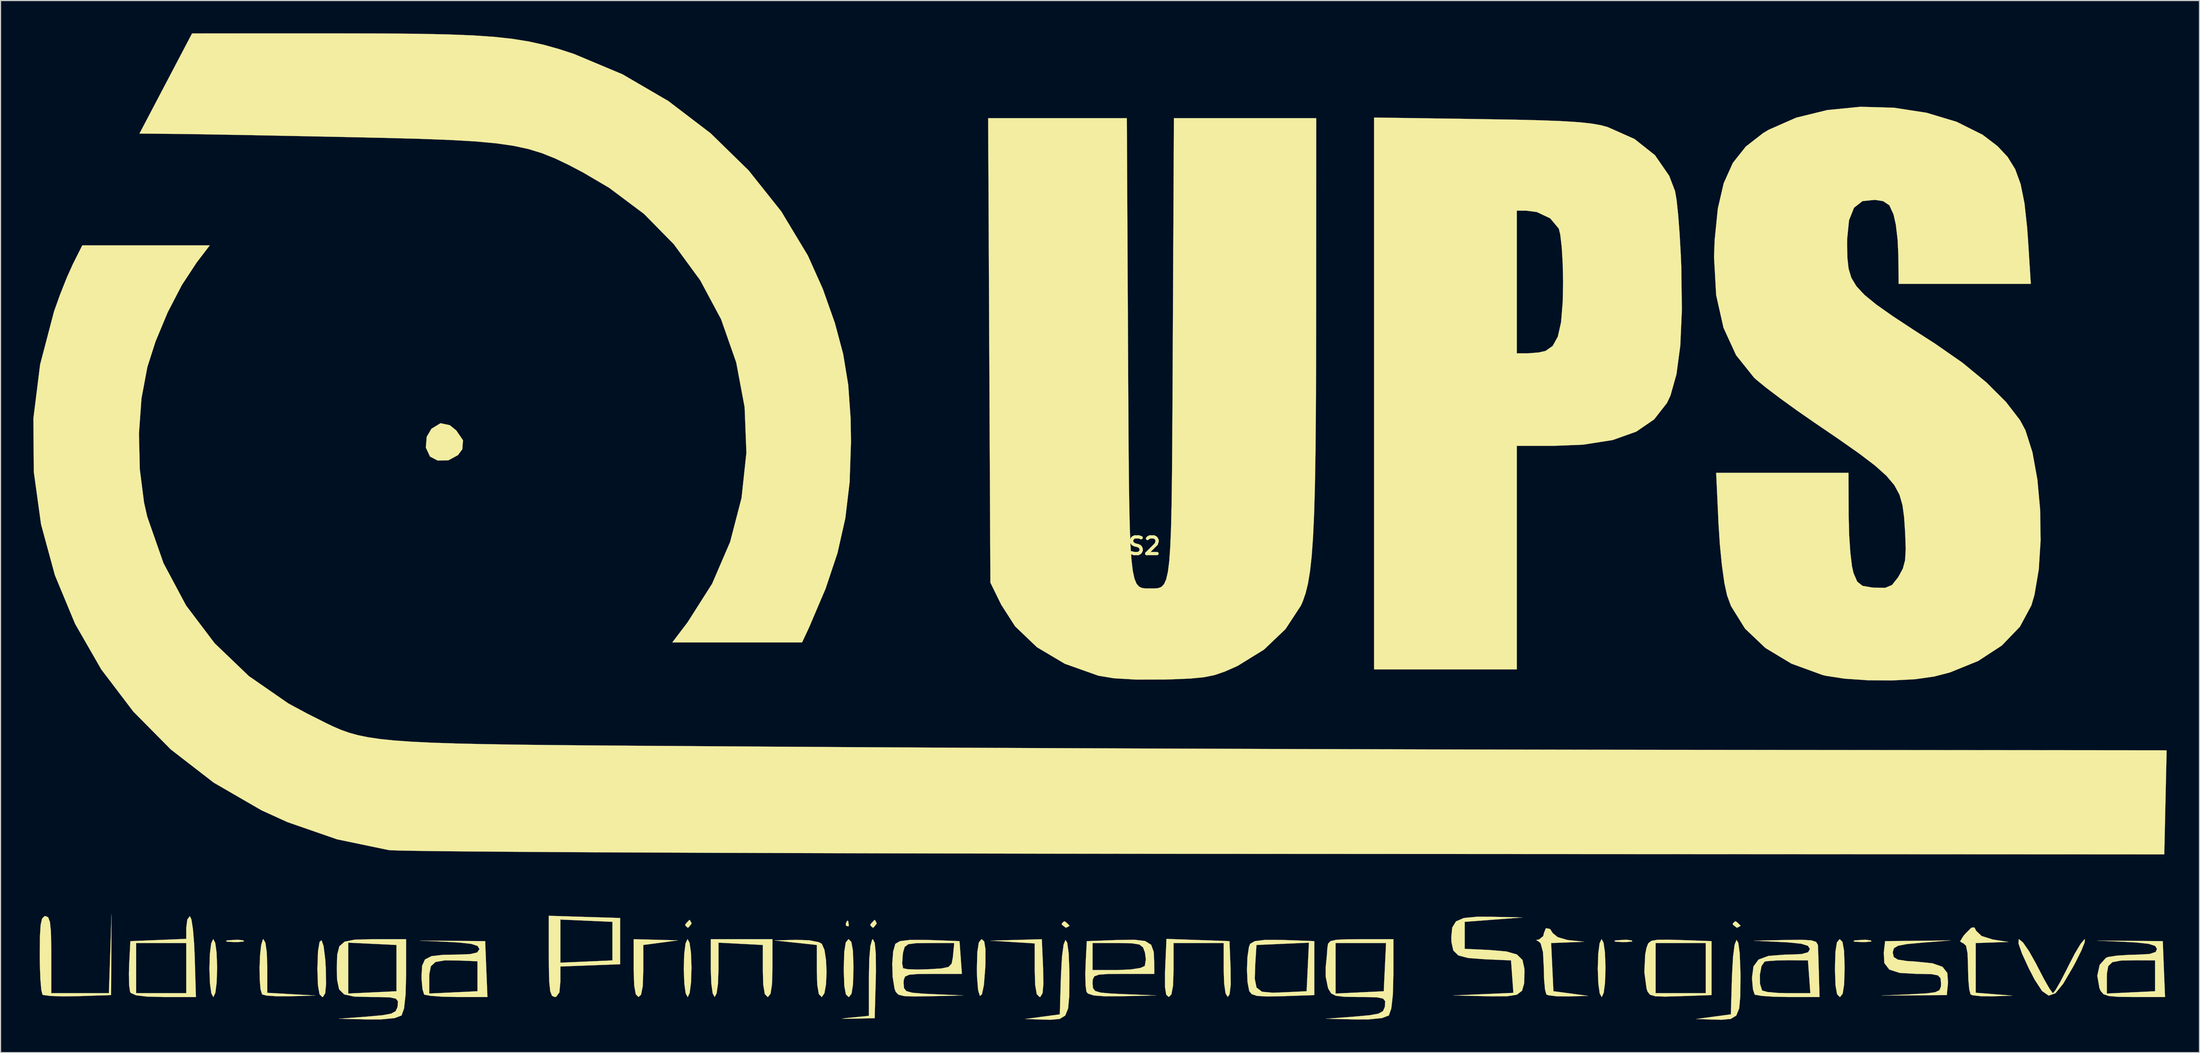
<source format=kicad_pcb>
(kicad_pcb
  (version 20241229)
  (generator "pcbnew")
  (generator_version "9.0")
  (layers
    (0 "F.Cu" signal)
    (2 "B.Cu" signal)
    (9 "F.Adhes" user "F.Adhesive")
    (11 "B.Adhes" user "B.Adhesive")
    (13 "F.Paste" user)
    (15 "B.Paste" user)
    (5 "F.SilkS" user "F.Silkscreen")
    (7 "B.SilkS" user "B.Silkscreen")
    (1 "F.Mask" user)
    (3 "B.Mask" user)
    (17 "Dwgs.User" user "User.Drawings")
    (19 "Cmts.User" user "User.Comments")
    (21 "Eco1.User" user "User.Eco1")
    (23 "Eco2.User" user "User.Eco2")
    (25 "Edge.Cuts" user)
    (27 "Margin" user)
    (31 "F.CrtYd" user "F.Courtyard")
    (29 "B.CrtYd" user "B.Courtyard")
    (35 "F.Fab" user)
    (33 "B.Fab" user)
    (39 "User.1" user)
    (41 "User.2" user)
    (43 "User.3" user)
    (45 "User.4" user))
  (footprint "UPS2"
    (layer "F.Cu")
    (at 100.068 46.923)
    (property "Reference" "UPS2" (at 0 0 0) (layer "F.SilkS") (effects (font (size 1.524 1.524) (thickness 0.3))))
    (attr through_hole)
    (fp_poly (pts (xy -25.518 34.337) (xy -25.475 34.756) (xy -25.518 34.807) (xy -25.727 34.759) (xy -25.753 34.572) (xy -25.624 34.282) (xy -25.518 34.337)) (stroke (width 0.01) (type solid)) (fill yes) (layer "F.SilkS"))
    (fp_poly (pts (xy -80.87 36.094) (xy -80.788 36.189) (xy -81.294 36.243) (xy -81.668 36.247) (xy -82.351 36.212) (xy -82.455 36.133) (xy -82.281 36.087) (xy -81.362 36.03) (xy -80.87 36.094)) (stroke (width 0.01) (type solid)) (fill yes) (layer "F.SilkS"))
    (fp_poly (pts (xy -39.868 34.492) (xy -39.864 34.572) (xy -40.135 34.911) (xy -40.237 34.925) (xy -40.448 34.709) (xy -40.393 34.572) (xy -40.076 34.236) (xy -40.019 34.219) (xy -39.868 34.492)) (stroke (width 0.01) (type solid)) (fill yes) (layer "F.SilkS"))
    (fp_poly (pts (xy -22.935 34.492) (xy -22.931 34.572) (xy -23.202 34.911) (xy -23.304 34.925) (xy -23.515 34.709) (xy -23.46 34.572) (xy -23.143 34.236) (xy -23.086 34.219) (xy -22.935 34.492)) (stroke (width 0.01) (type solid)) (fill yes) (layer "F.SilkS"))
    (fp_poly (pts (xy -5.644 34.396) (xy -5.308 34.713) (xy -5.292 34.769) (xy -5.565 34.921) (xy -5.644 34.925) (xy -5.984 34.654) (xy -5.997 34.551) (xy -5.781 34.341) (xy -5.644 34.396)) (stroke (width 0.01) (type solid)) (fill yes) (layer "F.SilkS"))
    (fp_poly (pts (xy 46.13 36.094) (xy 46.212 36.189) (xy 45.706 36.243) (xy 45.332 36.247) (xy 44.649 36.212) (xy 44.545 36.133) (xy 44.719 36.087) (xy 45.638 36.03) (xy 46.13 36.094)) (stroke (width 0.01) (type solid)) (fill yes) (layer "F.SilkS"))
    (fp_poly (pts (xy 55.739 34.396) (xy 56.075 34.713) (xy 56.092 34.769) (xy 55.819 34.921) (xy 55.739 34.925) (xy 55.4 34.654) (xy 55.386 34.551) (xy 55.602 34.341) (xy 55.739 34.396)) (stroke (width 0.01) (type solid)) (fill yes) (layer "F.SilkS"))
    (fp_poly (pts (xy 68.002 36.094) (xy 68.084 36.189) (xy 67.578 36.243) (xy 67.204 36.247) (xy 66.521 36.212) (xy 66.417 36.133) (xy 66.591 36.087) (xy 67.51 36.03) (xy 68.002 36.094)) (stroke (width 0.01) (type solid)) (fill yes) (layer "F.SilkS"))
    (fp_poly (pts (xy -41.099 36.089) (xy -44.274 36.513) (xy -44.274 38.894) (xy -44.324 40.302) (xy -44.481 41.073) (xy -44.715 41.276) (xy -44.962 41.023) (xy -45.105 40.219) (xy -45.155 38.792) (xy -45.156 38.629) (xy -45.156 35.983) (xy -41.099 36.089)) (stroke (width 0.01) (type solid)) (fill yes) (layer "F.SilkS"))
    (fp_poly (pts (xy -61.978 -11.062) (xy -61.383 -10.583) (xy -60.764 -9.682) (xy -60.829 -8.851) (xy -61.232 -8.315) (xy -62.098 -7.846) (xy -63.088 -7.825) (xy -63.782 -8.184) (xy -64.165 -9.006) (xy -64.084 -10) (xy -63.651 -10.735) (xy -62.824 -11.239) (xy -61.978 -11.062)) (stroke (width 0.01) (type solid)) (fill yes) (layer "F.SilkS"))
    (fp_poly (pts (xy -7.701 38.63) (xy -7.673 40.082) (xy -7.752 40.928) (xy -7.951 41.262) (xy -8.026 41.276) (xy -8.283 41.01) (xy -8.426 40.172) (xy -8.467 38.823) (xy -8.467 36.371) (xy -10.495 36.244) (xy -12.524 36.117) (xy -10.17 36.05) (xy -7.817 35.983) (xy -7.701 38.63)) (stroke (width 0.01) (type solid)) (fill yes) (layer "F.SilkS"))
    (fp_poly (pts (xy -73.516 36.614) (xy -73.364 37.846) (xy -73.317 38.63) (xy -73.289 40.082) (xy -73.369 40.928) (xy -73.568 41.262) (xy -73.642 41.276) (xy -73.89 41.023) (xy -74.033 40.219) (xy -74.083 38.792) (xy -74.083 38.629) (xy -74.028 37.084) (xy -73.888 36.233) (xy -73.704 36.076) (xy -73.516 36.614)) (stroke (width 0.01) (type solid)) (fill yes) (layer "F.SilkS"))
    (fp_poly (pts (xy -13.085 36.195) (xy -12.974 36.896) (xy -12.975 38.178) (xy -12.992 38.628) (xy -13.116 40.174) (xy -13.293 41.025) (xy -13.483 41.182) (xy -13.648 40.645) (xy -13.746 39.413) (xy -13.758 38.629) (xy -13.716 37.142) (xy -13.582 36.284) (xy -13.344 35.985) (xy -13.317 35.983) (xy -13.085 36.195)) (stroke (width 0.01) (type solid)) (fill yes) (layer "F.SilkS"))
    (fp_poly (pts (xy -83.431 36.312) (xy -83.307 37.2) (xy -83.256 38.505) (xy -83.256 38.629) (xy -83.299 39.962) (xy -83.418 40.892) (xy -83.592 41.273) (xy -83.608 41.275) (xy -83.786 40.947) (xy -83.91 40.058) (xy -83.961 38.753) (xy -83.961 38.629) (xy -83.917 37.296) (xy -83.799 36.367) (xy -83.625 35.986) (xy -83.608 35.983) (xy -83.431 36.312)) (stroke (width 0.01) (type solid)) (fill yes) (layer "F.SilkS"))
    (fp_poly (pts (xy -40.039 36.312) (xy -39.915 37.2) (xy -39.864 38.505) (xy -39.864 38.629) (xy -39.908 39.962) (xy -40.026 40.892) (xy -40.2 41.273) (xy -40.217 41.275) (xy -40.394 40.947) (xy -40.518 40.058) (xy -40.569 38.753) (xy -40.569 38.629) (xy -40.526 37.296) (xy -40.407 36.367) (xy -40.233 35.986) (xy -40.217 35.983) (xy -40.039 36.312)) (stroke (width 0.01) (type solid)) (fill yes) (layer "F.SilkS"))
    (fp_poly (pts (xy -25.24 36.235) (xy -25.097 37.038) (xy -25.048 38.464) (xy -25.047 38.629) (xy -25.088 40.107) (xy -25.219 40.962) (xy -25.453 41.271) (xy -25.493 41.275) (xy -25.741 41.035) (xy -25.884 40.262) (xy -25.934 38.878) (xy -25.934 38.629) (xy -25.889 37.141) (xy -25.753 36.283) (xy -25.514 35.985) (xy -25.488 35.983) (xy -25.24 36.235)) (stroke (width 0.01) (type solid)) (fill yes) (layer "F.SilkS"))
    (fp_poly (pts (xy -23.098 36.327) (xy -23.004 37.328) (xy -22.992 38.944) (xy -23.006 39.599) (xy -23.107 43.215) (xy -24.871 43.253) (xy -25.827 43.27) (xy -26.102 43.256) (xy -25.716 43.203) (xy -25.135 43.145) (xy -23.636 42.998) (xy -23.636 39.491) (xy -23.601 37.783) (xy -23.5 36.604) (xy -23.341 36.029) (xy -23.271 35.983) (xy -23.098 36.327)) (stroke (width 0.01) (type solid)) (fill yes) (layer "F.SilkS"))
    (fp_poly (pts (xy 43.569 36.312) (xy 43.693 37.2) (xy 43.744 38.505) (xy 43.744 38.629) (xy 43.701 39.962) (xy 43.582 40.892) (xy 43.408 41.273) (xy 43.392 41.275) (xy 43.214 40.947) (xy 43.09 40.058) (xy 43.039 38.753) (xy 43.039 38.629) (xy 43.083 37.296) (xy 43.201 36.367) (xy 43.375 35.986) (xy 43.392 35.983) (xy 43.569 36.312)) (stroke (width 0.01) (type solid)) (fill yes) (layer "F.SilkS"))
    (fp_poly (pts (xy 65.423 36.235) (xy 65.566 37.038) (xy 65.616 38.464) (xy 65.617 38.629) (xy 65.575 40.116) (xy 65.441 40.973) (xy 65.203 41.273) (xy 65.176 41.275) (xy 64.928 41.023) (xy 64.785 40.22) (xy 64.735 38.794) (xy 64.735 38.629) (xy 64.777 37.142) (xy 64.911 36.285) (xy 65.148 35.985) (xy 65.176 35.983) (xy 65.423 36.235)) (stroke (width 0.01) (type solid)) (fill yes) (layer "F.SilkS"))
    (fp_poly (pts (xy -78.841 36.309) (xy -78.716 37.182) (xy -78.669 38.436) (xy -78.669 40.889) (xy -76.465 41.014) (xy -74.26 41.139) (xy -76.582 41.207) (xy -77.803 41.208) (xy -78.727 41.146) (xy -79.14 41.04) (xy -79.285 40.571) (xy -79.361 39.669) (xy -79.374 38.549) (xy -79.327 37.424) (xy -79.227 36.508) (xy -79.078 36.016) (xy -79.022 35.983) (xy -78.841 36.309)) (stroke (width 0.01) (type solid)) (fill yes) (layer "F.SilkS"))
    (fp_poly (pts (xy -29.092 36.082) (xy -28.203 36.26) (xy -27.94 36.407) (xy -27.699 36.963) (xy -27.556 37.907) (xy -27.509 39.026) (xy -27.558 40.103) (xy -27.702 40.924) (xy -27.94 41.274) (xy -27.958 41.276) (xy -28.218 41.006) (xy -28.361 40.156) (xy -28.399 38.894) (xy -28.399 36.513) (xy -30.339 36.305) (xy -32.279 36.098) (xy -30.321 36.041) (xy -29.092 36.082)) (stroke (width 0.01) (type solid)) (fill yes) (layer "F.SilkS"))
    (fp_poly (pts (xy -5.49 36.316) (xy -5.361 37.278) (xy -5.295 38.932) (xy -5.292 39.473) (xy -5.308 41.187) (xy -5.409 42.314) (xy -5.674 42.972) (xy -6.183 43.281) (xy -7.016 43.359) (xy -7.878 43.339) (xy -9.349 43.286) (xy -7.761 43.074) (xy -6.174 42.862) (xy -6.073 39.423) (xy -5.974 37.599) (xy -5.825 36.474) (xy -5.654 36.047) (xy -5.49 36.316)) (stroke (width 0.01) (type solid)) (fill yes) (layer "F.SilkS"))
    (fp_poly (pts (xy 55.893 36.316) (xy 56.022 37.278) (xy 56.088 38.932) (xy 56.092 39.473) (xy 56.076 41.187) (xy 55.975 42.314) (xy 55.709 42.972) (xy 55.2 43.281) (xy 54.368 43.359) (xy 53.505 43.339) (xy 52.035 43.286) (xy 53.622 43.074) (xy 55.21 42.862) (xy 55.311 39.423) (xy 55.409 37.599) (xy 55.558 36.474) (xy 55.729 36.047) (xy 55.893 36.316)) (stroke (width 0.01) (type solid)) (fill yes) (layer "F.SilkS"))
    (fp_poly (pts (xy 6.467 36.058) (xy 9.349 36.16) (xy 9.452 38.717) (xy 9.462 40.152) (xy 9.359 41.027) (xy 9.188 41.275) (xy 8.989 40.944) (xy 8.86 40.03) (xy 8.819 38.806) (xy 8.819 36.336) (xy 4.233 36.336) (xy 4.233 38.806) (xy 4.186 40.24) (xy 4.037 41.041) (xy 3.792 41.276) (xy 3.56 41.064) (xy 3.45 40.365) (xy 3.45 39.086) (xy 3.468 38.616) (xy 3.584 35.956) (xy 6.467 36.058)) (stroke (width 0.01) (type solid)) (fill yes) (layer "F.SilkS"))
    (fp_poly (pts (xy -49.653 33.942) (xy -46.39 34.043) (xy -46.39 38.276) (xy -51.858 38.482) (xy -51.858 39.879) (xy -51.948 40.854) (xy -52.243 41.252) (xy -52.388 41.275) (xy -52.629 41.162) (xy -52.786 40.746) (xy -52.875 39.914) (xy -52.912 38.552) (xy -52.914 38.132) (xy -51.858 38.132) (xy -47.096 37.924) (xy -47.096 34.396) (xy -51.858 34.187) (xy -51.858 38.132) (xy -52.914 38.132) (xy -52.917 37.558) (xy -52.917 33.84) (xy -49.653 33.942)) (stroke (width 0.01) (type solid)) (fill yes) (layer "F.SilkS"))
    (fp_poly (pts (xy -32.456 38.629) (xy -32.498 40.116) (xy -32.632 40.974) (xy -32.869 41.274) (xy -32.897 41.276) (xy -33.157 41.006) (xy -33.3 40.156) (xy -33.337 38.894) (xy -33.337 36.513) (xy -35.366 36.407) (xy -37.394 36.301) (xy -37.394 38.788) (xy -37.441 40.061) (xy -37.565 40.942) (xy -37.745 41.275) (xy -37.747 41.275) (xy -37.925 40.947) (xy -38.049 40.058) (xy -38.1 38.753) (xy -38.1 38.629) (xy -38.1 35.983) (xy -32.456 35.983) (xy -32.456 38.629)) (stroke (width 0.01) (type solid)) (fill yes) (layer "F.SilkS"))
    (fp_poly (pts (xy 50.58 36.058) (xy 53.446 36.16) (xy 53.446 41.099) (xy 50.58 41.2) (xy 49.161 41.239) (xy 48.292 41.206) (xy 47.821 41.067) (xy 47.593 40.787) (xy 47.498 40.495) (xy 47.297 38.981) (xy 47.379 37.355) (xy 47.498 36.764) (xy 47.648 36.366) (xy 47.685 36.336) (xy 48.331 36.336) (xy 48.331 40.922) (xy 52.917 40.922) (xy 52.917 36.336) (xy 48.331 36.336) (xy 47.685 36.336) (xy 47.935 36.134) (xy 48.514 36.032) (xy 49.539 36.026) (xy 50.58 36.058)) (stroke (width 0.01) (type solid)) (fill yes) (layer "F.SilkS"))
    (fp_poly (pts (xy -92.936 37.394) (xy -92.957 41.099) (xy -95.972 41.199) (xy -97.369 41.218) (xy -98.487 41.18) (xy -99.145 41.095) (xy -99.235 41.053) (xy -99.341 40.614) (xy -99.424 39.636) (xy -99.474 38.282) (xy -99.483 37.336) (xy -99.465 35.706) (xy -99.4 34.665) (xy -99.268 34.095) (xy -99.054 33.88) (xy -98.954 33.867) (xy -98.707 33.983) (xy -98.549 34.41) (xy -98.461 35.264) (xy -98.428 36.66) (xy -98.425 37.394) (xy -98.425 40.922) (xy -93.158 40.922) (xy -93.037 37.306) (xy -92.916 33.69) (xy -92.936 37.394)) (stroke (width 0.01) (type solid)) (fill yes) (layer "F.SilkS"))
    (fp_poly (pts (xy 38.672 35.045) (xy 38.925 35.432) (xy 39.373 35.794) (xy 40.235 36.048) (xy 40.462 36.078) (xy 41.804 36.218) (xy 38.772 36.336) (xy 38.877 38.541) (xy 38.982 40.746) (xy 42.157 41.169) (xy 40.364 41.222) (xy 39.293 41.21) (xy 38.535 41.119) (xy 38.335 41.04) (xy 38.212 40.588) (xy 38.127 39.648) (xy 38.1 38.6) (xy 38.027 37.171) (xy 37.813 36.368) (xy 37.659 36.217) (xy 37.399 36.058) (xy 37.659 36.011) (xy 38.051 35.699) (xy 38.1 35.454) (xy 38.287 34.979) (xy 38.672 35.045)) (stroke (width 0.01) (type solid)) (fill yes) (layer "F.SilkS"))
    (fp_poly (pts (xy 77.645 35.209) (xy 78.151 35.692) (xy 79.167 36.011) (xy 79.232 36.021) (xy 80.61 36.236) (xy 79.11 36.286) (xy 77.611 36.336) (xy 77.611 40.884) (xy 79.287 41.016) (xy 80.963 41.148) (xy 79.169 41.211) (xy 78.098 41.205) (xy 77.34 41.119) (xy 77.141 41.04) (xy 77.018 40.589) (xy 76.933 39.647) (xy 76.906 38.57) (xy 76.865 37.285) (xy 76.724 36.581) (xy 76.456 36.34) (xy 76.403 36.336) (xy 76.181 36.186) (xy 76.483 35.689) (xy 76.668 35.473) (xy 77.207 34.931) (xy 77.491 34.902) (xy 77.645 35.209)) (stroke (width 0.01) (type solid)) (fill yes) (layer "F.SilkS"))
    (fp_poly (pts (xy -85.602 34.195) (xy -85.467 35.083) (xy -85.36 36.386) (xy -85.307 37.572) (xy -85.196 41.276) (xy -88.117 41.276) (xy -89.702 41.238) (xy -90.684 41.117) (xy -91.159 40.896) (xy -91.223 40.795) (xy -91.306 40.197) (xy -91.328 39.155) (xy -91.3 38.237) (xy -91.202 36.336) (xy -90.664 36.336) (xy -90.664 40.922) (xy -86.078 40.922) (xy -86.078 36.336) (xy -90.664 36.336) (xy -91.202 36.336) (xy -91.193 36.16) (xy -88.635 36.056) (xy -86.078 35.952) (xy -86.078 34.91) (xy -85.981 34.173) (xy -85.748 33.867) (xy -85.748 33.867) (xy -85.602 34.195)) (stroke (width 0.01) (type solid)) (fill yes) (layer "F.SilkS"))
    (fp_poly (pts (xy 14.13 36.049) (xy 14.318 36.056) (xy 17.11 36.16) (xy 17.11 41.099) (xy 14.242 41.2) (xy 12.775 41.229) (xy 11.868 41.174) (xy 11.375 41.012) (xy 11.155 40.731) (xy 11 39.928) (xy 10.985 39.603) (xy 11.662 39.603) (xy 11.823 40.411) (xy 12.322 40.791) (xy 13.29 40.881) (xy 14.195 40.851) (xy 16.404 40.746) (xy 16.51 38.524) (xy 16.615 36.303) (xy 11.818 36.513) (xy 11.709 38.232) (xy 11.662 39.603) (xy 10.985 39.603) (xy 10.947 38.796) (xy 10.99 37.625) (xy 11.125 36.705) (xy 11.237 36.408) (xy 11.662 36.161) (xy 12.597 36.045) (xy 14.13 36.049)) (stroke (width 0.01) (type solid)) (fill yes) (layer "F.SilkS"))
    (fp_poly (pts (xy 87.579 36.265) (xy 87.277 37.017) (xy 86.742 38.098) (xy 86.503 38.541) (xy 85.612 40.06) (xy 84.903 40.929) (xy 84.288 41.151) (xy 83.679 40.728) (xy 82.987 39.663) (xy 82.461 38.643) (xy 81.841 37.294) (xy 81.526 36.387) (xy 81.543 35.998) (xy 81.583 35.989) (xy 81.937 36.287) (xy 82.48 37.07) (xy 83.108 38.185) (xy 83.247 38.458) (xy 83.85 39.619) (xy 84.346 40.486) (xy 84.646 40.905) (xy 84.679 40.922) (xy 84.917 40.628) (xy 85.367 39.848) (xy 85.939 38.737) (xy 86.078 38.453) (xy 86.68 37.285) (xy 87.202 36.416) (xy 87.547 35.999) (xy 87.59 35.983) (xy 87.579 36.265)) (stroke (width 0.01) (type solid)) (fill yes) (layer "F.SilkS"))
    (fp_poly (pts (xy 33.32 33.93) (xy 36.16 33.994) (xy 33.514 34.195) (xy 30.868 34.396) (xy 30.868 36.865) (xy 33.148 36.972) (xy 34.685 37.106) (xy 35.645 37.384) (xy 36.151 37.886) (xy 36.328 38.691) (xy 36.336 38.996) (xy 36.301 40.04) (xy 36.111 40.702) (xy 35.637 41.064) (xy 34.748 41.207) (xy 33.316 41.214) (xy 32.859 41.204) (xy 29.81 41.133) (xy 32.563 41.012) (xy 35.317 40.892) (xy 35.209 39.408) (xy 35.101 37.924) (xy 32.642 37.818) (xy 31.178 37.707) (xy 30.282 37.47) (xy 29.819 37.015) (xy 29.653 36.248) (xy 29.639 35.789) (xy 29.723 34.915) (xy 30.066 34.353) (xy 30.784 34.043) (xy 31.995 33.926) (xy 33.32 33.93)) (stroke (width 0.01) (type solid)) (fill yes) (layer "F.SilkS"))
    (fp_poly (pts (xy 72.672 36.304) (xy 71.314 36.431) (xy 70.516 36.581) (xy 70.135 36.803) (xy 70.028 37.147) (xy 70.026 37.218) (xy 70.114 37.619) (xy 70.485 37.852) (xy 71.297 37.978) (xy 72.131 38.032) (xy 73.648 38.187) (xy 74.573 38.51) (xy 75.014 39.074) (xy 75.077 39.95) (xy 75.071 40.01) (xy 74.965 41.099) (xy 68.968 41.149) (xy 71.702 41.021) (xy 73.076 40.944) (xy 73.89 40.839) (xy 74.291 40.651) (xy 74.424 40.329) (xy 74.436 40.025) (xy 74.393 39.556) (xy 74.156 39.296) (xy 73.566 39.184) (xy 72.46 39.159) (xy 72.186 39.158) (xy 70.649 39.07) (xy 69.703 38.763) (xy 69.252 38.171) (xy 69.199 37.23) (xy 69.207 37.151) (xy 69.321 36.16) (xy 75.318 36.095) (xy 72.672 36.304)) (stroke (width 0.01) (type solid)) (fill yes) (layer "F.SilkS"))
    (fp_poly (pts (xy 91.722 36.135) (xy 94.721 36.16) (xy 94.824 38.717) (xy 94.928 41.275) (xy 92.082 41.275) (xy 90.66 41.26) (xy 89.783 41.187) (xy 89.294 41.015) (xy 89.031 40.704) (xy 88.927 40.463) (xy 88.771 39.566) (xy 89.606 39.566) (xy 89.606 40.956) (xy 94.015 40.746) (xy 94.015 37.924) (xy 92.251 37.916) (xy 90.904 37.939) (xy 90.113 38.085) (xy 89.732 38.447) (xy 89.613 39.117) (xy 89.606 39.566) (xy 88.771 39.566) (xy 88.73 39.331) (xy 88.949 38.33) (xy 89.521 37.69) (xy 89.729 37.608) (xy 90.519 37.488) (xy 91.679 37.413) (xy 92.34 37.399) (xy 93.491 37.341) (xy 94.065 37.152) (xy 94.192 36.88) (xy 94.021 36.599) (xy 93.433 36.41) (xy 92.314 36.287) (xy 91.458 36.238) (xy 88.724 36.11) (xy 91.722 36.135)) (stroke (width 0.01) (type solid)) (fill yes) (layer "F.SilkS"))
    (fp_poly (pts (xy -61.736 36.135) (xy -58.737 36.16) (xy -58.634 38.717) (xy -58.53 41.275) (xy -61.309 41.275) (xy -62.648 41.247) (xy -63.7 41.173) (xy -64.277 41.067) (xy -64.323 41.04) (xy -64.469 40.569) (xy -64.552 39.673) (xy -64.554 39.569) (xy -63.853 39.569) (xy -63.853 40.956) (xy -59.443 40.746) (xy -59.443 38.005) (xy -61.031 37.94) (xy -62.436 37.924) (xy -63.281 38.071) (xy -63.704 38.46) (xy -63.844 39.173) (xy -63.853 39.569) (xy -64.554 39.569) (xy -64.558 39.314) (xy -64.502 38.405) (xy -64.243 37.838) (xy -63.649 37.534) (xy -62.587 37.413) (xy -61.354 37.394) (xy -60.125 37.35) (xy -59.472 37.198) (xy -59.267 36.906) (xy -59.267 36.88) (xy -59.437 36.599) (xy -60.025 36.41) (xy -61.144 36.287) (xy -62.001 36.238) (xy -64.735 36.11) (xy -61.736 36.135)) (stroke (width 0.01) (type solid)) (fill yes) (layer "F.SilkS"))
    (fp_poly (pts (xy -65.969 39.264) (xy -66.018 41.066) (xy -66.158 42.322) (xy -66.38 42.955) (xy -66.393 42.968) (xy -67.018 43.205) (xy -68.245 43.324) (xy -69.48 43.328) (xy -72.143 43.265) (xy -69.497 43.064) (xy -68.139 42.941) (xy -67.332 42.794) (xy -66.924 42.566) (xy -66.761 42.202) (xy -66.739 42.069) (xy -66.721 41.664) (xy -66.906 41.427) (xy -67.436 41.313) (xy -68.452 41.278) (xy -69.255 41.275) (xy -70.726 41.236) (xy -71.629 41.041) (xy -71.715 40.956) (xy -71.261 40.956) (xy -69.056 40.851) (xy -66.851 40.746) (xy -66.851 36.513) (xy -69.056 36.407) (xy -71.261 36.302) (xy -71.261 40.956) (xy -71.715 40.956) (xy -72.102 40.571) (xy -72.283 39.706) (xy -72.31 38.629) (xy -72.274 37.407) (xy -72.078 36.634) (xy -71.591 36.208) (xy -70.683 36.025) (xy -69.221 35.984) (xy -68.927 35.983) (xy -65.969 35.983) (xy -65.969 39.264)) (stroke (width 0.01) (type solid)) (fill yes) (layer "F.SilkS"))
    (fp_poly (pts (xy 1.638 36.154) (xy 2.184 36.495) (xy 2.416 37.131) (xy 2.464 38.012) (xy 2.469 39.158) (xy -0.353 39.158) (xy -1.753 39.168) (xy -2.591 39.227) (xy -3.011 39.379) (xy -3.158 39.668) (xy -3.175 40.026) (xy -3.14 40.453) (xy -2.942 40.718) (xy -2.438 40.87) (xy -1.488 40.956) (xy -0.265 41.013) (xy 2.646 41.131) (xy -0.452 41.203) (xy -2.056 41.211) (xy -3.069 41.134) (xy -3.599 40.959) (xy -3.734 40.795) (xy -3.817 40.197) (xy -3.839 39.155) (xy -3.811 38.237) (xy -3.713 36.336) (xy -3.175 36.336) (xy -3.175 38.806) (xy -0.903 38.806) (xy 0.304 38.752) (xy 1.212 38.611) (xy 1.6 38.433) (xy 1.699 37.83) (xy 1.614 37.198) (xy 1.442 36.732) (xy 1.106 36.473) (xy 0.43 36.361) (xy -0.761 36.336) (xy -0.889 36.336) (xy -3.175 36.336) (xy -3.713 36.336) (xy -3.704 36.16) (xy -0.913 36.056) (xy 0.649 36.032) (xy 1.638 36.154)) (stroke (width 0.01) (type solid)) (fill yes) (layer "F.SilkS"))
    (fp_poly (pts (xy 24.342 39.264) (xy 24.293 41.066) (xy 24.153 42.322) (xy 23.931 42.955) (xy 23.918 42.968) (xy 23.293 43.205) (xy 22.066 43.324) (xy 20.832 43.328) (xy 18.168 43.265) (xy 20.814 43.064) (xy 22.172 42.941) (xy 22.979 42.794) (xy 23.387 42.566) (xy 23.55 42.202) (xy 23.572 42.069) (xy 23.589 41.656) (xy 23.395 41.419) (xy 22.846 41.308) (xy 21.796 41.276) (xy 21.182 41.275) (xy 19.865 41.256) (xy 19.079 41.164) (xy 18.651 40.947) (xy 18.407 40.552) (xy 18.355 40.42) (xy 18.147 39.4) (xy 18.147 38.568) (xy 18.252 37.511) (xy 18.304 36.777) (xy 18.365 36.392) (xy 18.419 36.336) (xy 19.05 36.336) (xy 19.05 40.956) (xy 21.255 40.851) (xy 23.46 40.746) (xy 23.565 38.541) (xy 23.67 36.336) (xy 19.05 36.336) (xy 18.419 36.336) (xy 18.592 36.157) (xy 19.127 36.035) (xy 20.112 35.99) (xy 21.343 35.983) (xy 24.342 35.983) (xy 24.342 39.264)) (stroke (width 0.01) (type solid)) (fill yes) (layer "F.SilkS"))
    (fp_poly (pts (xy 62.558 36.085) (xy 63.007 36.227) (xy 63.167 36.488) (xy 63.179 36.601) (xy 63.206 37.284) (xy 63.242 38.388) (xy 63.267 39.246) (xy 63.324 41.274) (xy 60.472 41.275) (xy 59.116 41.247) (xy 58.044 41.175) (xy 57.443 41.072) (xy 57.385 41.04) (xy 57.232 40.563) (xy 57.153 39.683) (xy 57.15 39.465) (xy 57.182 39.22) (xy 57.87 39.22) (xy 57.877 40.065) (xy 58.063 40.656) (xy 58.091 40.687) (xy 58.545 40.813) (xy 59.48 40.899) (xy 60.404 40.922) (xy 62.482 40.922) (xy 62.374 39.423) (xy 62.265 37.924) (xy 60.501 37.911) (xy 59.386 37.931) (xy 58.538 37.993) (xy 58.297 38.037) (xy 58.018 38.438) (xy 57.87 39.22) (xy 57.182 39.22) (xy 57.279 38.477) (xy 57.741 37.849) (xy 58.649 37.513) (xy 60.114 37.397) (xy 60.478 37.394) (xy 61.666 37.345) (xy 62.279 37.176) (xy 62.442 36.881) (xy 62.262 36.591) (xy 61.648 36.4) (xy 60.486 36.279) (xy 59.884 36.245) (xy 57.326 36.124) (xy 60.237 36.053) (xy 61.68 36.036) (xy 62.558 36.085)) (stroke (width 0.01) (type solid)) (fill yes) (layer "F.SilkS"))
    (fp_poly (pts (xy -18.326 36.049) (xy -18.137 36.056) (xy -15.346 36.16) (xy -15.237 37.659) (xy -15.129 39.158) (xy -17.795 39.158) (xy -19.147 39.17) (xy -19.942 39.235) (xy -20.327 39.403) (xy -20.451 39.722) (xy -20.461 40.025) (xy -20.423 40.463) (xy -20.212 40.73) (xy -19.682 40.881) (xy -18.687 40.967) (xy -17.727 41.013) (xy -14.993 41.133) (xy -18.039 41.204) (xy -19.512 41.227) (xy -20.428 41.19) (xy -20.937 41.06) (xy -21.185 40.804) (xy -21.297 40.481) (xy -21.462 39.438) (xy -21.5 38.218) (xy -21.499 38.204) (xy -20.591 38.204) (xy -20.503 38.646) (xy -20.077 38.731) (xy -19.161 38.758) (xy -18.183 38.732) (xy -17.005 38.66) (xy -16.358 38.523) (xy -16.067 38.224) (xy -15.959 37.666) (xy -15.941 37.483) (xy -15.83 36.336) (xy -18.106 36.336) (xy -19.334 36.35) (xy -20.028 36.441) (xy -20.359 36.683) (xy -20.499 37.153) (xy -20.537 37.396) (xy -20.591 38.204) (xy -21.499 38.204) (xy -21.417 37.111) (xy -21.219 36.409) (xy -21.219 36.408) (xy -20.794 36.161) (xy -19.859 36.045) (xy -18.326 36.049)) (stroke (width 0.01) (type solid)) (fill yes) (layer "F.SilkS"))
    (fp_poly (pts (xy 32.367 -39.073) (xy 35.444 -39.021) (xy 37.903 -38.96) (xy 39.832 -38.884) (xy 41.317 -38.789) (xy 42.447 -38.668) (xy 43.309 -38.517) (xy 43.952 -38.342) (xy 46.402 -37.252) (xy 48.269 -35.772) (xy 49.57 -33.888) (xy 50.103 -32.497) (xy 50.243 -31.706) (xy 50.387 -30.365) (xy 50.52 -28.632) (xy 50.632 -26.662) (xy 50.677 -25.576) (xy 50.732 -21.621) (xy 50.586 -18.337) (xy 50.238 -15.72) (xy 49.687 -13.765) (xy 49.367 -13.09) (xy 48.196 -11.59) (xy 46.555 -10.465) (xy 44.403 -9.699) (xy 41.697 -9.275) (xy 39.081 -9.172) (xy 35.631 -9.172) (xy 35.631 11.289) (xy 22.578 11.289) (xy 22.578 -30.692) (xy 35.631 -30.692) (xy 35.631 -17.639) (xy 36.66 -17.639) (xy 37.62 -17.712) (xy 38.261 -17.858) (xy 38.915 -18.316) (xy 39.382 -19.163) (xy 39.68 -20.482) (xy 39.833 -22.355) (xy 39.864 -24.131) (xy 39.831 -25.837) (xy 39.74 -27.355) (xy 39.607 -28.502) (xy 39.472 -29.049) (xy 38.687 -29.988) (xy 37.462 -30.567) (xy 36.496 -30.692) (xy 35.631 -30.692) (xy 22.578 -30.692) (xy 22.578 -39.216) (xy 32.367 -39.073)) (stroke (width 0.01) (type solid)) (fill yes) (layer "F.SilkS"))
    (fp_poly (pts (xy -68.332 -46.91) (xy -65.007 -46.882) (xy -62.218 -46.826) (xy -59.88 -46.735) (xy -57.909 -46.6) (xy -56.221 -46.416) (xy -54.73 -46.174) (xy -53.352 -45.868) (xy -52.002 -45.489) (xy -50.624 -45.041) (xy -46.179 -43.176) (xy -41.984 -40.73) (xy -38.114 -37.776) (xy -34.645 -34.386) (xy -31.655 -30.631) (xy -29.218 -26.584) (xy -27.852 -23.536) (xy -26.749 -20.417) (xy -25.99 -17.58) (xy -25.526 -14.757) (xy -25.308 -11.681) (xy -25.275 -9.525) (xy -25.397 -5.856) (xy -25.792 -2.535) (xy -26.51 0.65) (xy -27.6 3.911) (xy -29.111 7.46) (xy -29.292 7.849) (xy -29.747 8.819) (xy -41.617 8.819) (xy -40.214 6.967) (xy -37.975 3.443) (xy -36.331 -0.376) (xy -35.286 -4.399) (xy -34.842 -8.538) (xy -35.004 -12.703) (xy -35.774 -16.804) (xy -37.156 -20.751) (xy -39.064 -24.317) (xy -41.481 -27.619) (xy -44.212 -30.398) (xy -47.396 -32.783) (xy -49.794 -34.193) (xy -51.134 -34.896) (xy -52.353 -35.477) (xy -53.538 -35.951) (xy -54.773 -36.33) (xy -56.144 -36.627) (xy -57.738 -36.856) (xy -59.639 -37.03) (xy -61.933 -37.162) (xy -64.705 -37.266) (xy -68.042 -37.354) (xy -70.556 -37.41) (xy -73.676 -37.475) (xy -76.723 -37.537) (xy -79.587 -37.593) (xy -82.161 -37.64) (xy -84.334 -37.678) (xy -85.999 -37.705) (xy -86.897 -37.716) (xy -90.362 -37.747) (xy -87.955 -42.332) (xy -85.549 -46.916) (xy -72.277 -46.918) (xy -68.332 -46.91)) (stroke (width 0.01) (type solid)) (fill yes) (layer "F.SilkS"))
    (fp_poly (pts (xy 0.068 -18.222) (xy 0.091 -13.728) (xy 0.114 -9.888) (xy 0.141 -6.651) (xy 0.177 -3.965) (xy 0.227 -1.779) (xy 0.295 -0.042) (xy 0.387 1.298) (xy 0.507 2.293) (xy 0.659 2.993) (xy 0.85 3.451) (xy 1.082 3.717) (xy 1.362 3.843) (xy 1.694 3.88) (xy 2.082 3.881) (xy 2.117 3.881) (xy 2.51 3.881) (xy 2.846 3.849) (xy 3.13 3.732) (xy 3.366 3.479) (xy 3.56 3.04) (xy 3.715 2.361) (xy 3.838 1.393) (xy 3.931 0.083) (xy 4.001 -1.62) (xy 4.052 -3.767) (xy 4.088 -6.41) (xy 4.115 -9.6) (xy 4.137 -13.388) (xy 4.159 -17.827) (xy 4.161 -18.222) (xy 4.265 -39.158) (xy 17.286 -39.158) (xy 17.277 -20.902) (xy 17.269 -16.103) (xy 17.249 -11.955) (xy 17.214 -8.403) (xy 17.162 -5.393) (xy 17.088 -2.871) (xy 16.991 -0.782) (xy 16.868 0.928) (xy 16.715 2.315) (xy 16.53 3.432) (xy 16.309 4.333) (xy 16.051 5.074) (xy 15.88 5.458) (xy 14.471 7.607) (xy 12.507 9.481) (xy 10.12 10.956) (xy 9.973 11.026) (xy 8.915 11.494) (xy 7.99 11.811) (xy 7.003 12.011) (xy 5.761 12.129) (xy 4.07 12.2) (xy 3.391 12.219) (xy 0.814 12.226) (xy -1.249 12.102) (xy -2.646 11.869) (xy -5.714 10.778) (xy -8.262 9.265) (xy -10.26 7.354) (xy -11.532 5.371) (xy -12.524 3.351) (xy -12.625 -17.903) (xy -12.726 -39.158) (xy -0.041 -39.158) (xy 0.068 -18.222)) (stroke (width 0.01) (type solid)) (fill yes) (layer "F.SilkS"))
    (fp_poly (pts (xy -85.132 -25.941) (xy -86.484 -23.88) (xy -87.78 -21.381) (xy -88.894 -18.708) (xy -89.637 -16.384) (xy -90.176 -13.505) (xy -90.407 -10.292) (xy -90.329 -7.022) (xy -89.941 -3.975) (xy -89.65 -2.689) (xy -88.163 1.565) (xy -86.097 5.441) (xy -83.482 8.9) (xy -80.352 11.902) (xy -76.74 14.406) (xy -74.965 15.361) (xy -74.098 15.796) (xy -73.331 16.183) (xy -72.62 16.525) (xy -71.921 16.824) (xy -71.189 17.085) (xy -70.38 17.309) (xy -69.448 17.5) (xy -68.35 17.662) (xy -67.041 17.797) (xy -65.476 17.908) (xy -63.611 17.999) (xy -61.401 18.072) (xy -58.802 18.131) (xy -55.769 18.179) (xy -52.257 18.219) (xy -48.223 18.254) (xy -43.621 18.287) (xy -38.406 18.322) (xy -32.536 18.361) (xy -31.926 18.365) (xy -26.7 18.398) (xy -20.866 18.431) (xy -14.523 18.463) (xy -7.769 18.493) (xy -0.703 18.522) (xy 6.577 18.549) (xy 13.973 18.574) (xy 21.387 18.596) (xy 28.72 18.616) (xy 35.874 18.631) (xy 42.751 18.644) (xy 49.252 18.652) (xy 49.389 18.652) (xy 95.074 18.696) (xy 94.966 23.459) (xy 94.859 28.222) (xy 14.709 28.179) (xy 7.211 28.174) (xy -0.116 28.166) (xy -7.24 28.156) (xy -14.127 28.143) (xy -20.745 28.129) (xy -27.062 28.112) (xy -33.045 28.094) (xy -38.663 28.074) (xy -43.881 28.053) (xy -48.669 28.03) (xy -52.993 28.006) (xy -56.822 27.98) (xy -60.122 27.954) (xy -62.861 27.927) (xy -65.007 27.899) (xy -66.528 27.871) (xy -67.39 27.842) (xy -67.557 27.829) (xy -72.283 26.845) (xy -76.819 25.272) (xy -79.199 24.187) (xy -83.573 21.654) (xy -87.49 18.622) (xy -90.925 15.15) (xy -93.854 11.295) (xy -96.253 7.117) (xy -98.097 2.671) (xy -99.363 -1.983) (xy -100.026 -6.787) (xy -100.063 -11.683) (xy -99.449 -16.614) (xy -98.174 -21.48) (xy -97.615 -23.04) (xy -96.999 -24.589) (xy -96.454 -25.802) (xy -96.434 -25.841) (xy -95.591 -27.517) (xy -83.929 -27.517) (xy -85.132 -25.941)) (stroke (width 0.01) (type solid)) (fill yes) (layer "F.SilkS"))
    (fp_poly (pts (xy 70.134 -40.115) (xy 73.119 -39.653) (xy 75.87 -38.824) (xy 78.243 -37.639) (xy 79.61 -36.597) (xy 80.53 -35.61) (xy 81.219 -34.496) (xy 81.719 -33.125) (xy 82.071 -31.369) (xy 82.318 -29.096) (xy 82.405 -27.869) (xy 82.65 -23.989) (xy 70.556 -23.989) (xy 70.536 -26.547) (xy 70.466 -28.025) (xy 70.304 -29.402) (xy 70.095 -30.339) (xy 69.708 -31.185) (xy 69.141 -31.564) (xy 68.372 -31.682) (xy 67.251 -31.565) (xy 66.479 -30.962) (xy 66.022 -29.818) (xy 65.848 -28.079) (xy 65.845 -27.52) (xy 65.874 -26.352) (xy 65.98 -25.39) (xy 66.231 -24.557) (xy 66.694 -23.781) (xy 67.435 -22.986) (xy 68.521 -22.097) (xy 70.02 -21.04) (xy 71.998 -19.739) (xy 73.888 -18.525) (xy 76.401 -16.776) (xy 78.597 -14.966) (xy 80.381 -13.185) (xy 81.661 -11.523) (xy 82.154 -10.606) (xy 82.799 -8.583) (xy 83.251 -6.087) (xy 83.503 -3.327) (xy 83.547 -0.509) (xy 83.377 2.16) (xy 82.985 4.473) (xy 82.705 5.43) (xy 81.653 7.386) (xy 80.003 9.103) (xy 77.839 10.519) (xy 75.245 11.573) (xy 73.801 11.947) (xy 72.07 12.191) (xy 69.958 12.302) (xy 67.72 12.285) (xy 65.612 12.141) (xy 63.89 11.876) (xy 63.593 11.803) (xy 60.757 10.768) (xy 58.375 9.337) (xy 56.51 7.563) (xy 55.226 5.5) (xy 54.867 4.531) (xy 54.623 3.405) (xy 54.394 1.777) (xy 54.204 -0.149) (xy 54.083 -2.028) (xy 53.866 -6.703) (xy 65.969 -6.703) (xy 65.989 -2.734) (xy 66.035 -0.993) (xy 66.143 0.61) (xy 66.295 1.869) (xy 66.43 2.469) (xy 66.775 3.264) (xy 67.259 3.645) (xy 68.143 3.797) (xy 68.344 3.812) (xy 69.338 3.822) (xy 69.946 3.568) (xy 70.479 2.901) (xy 70.573 2.754) (xy 70.949 2.051) (xy 71.15 1.296) (xy 71.208 0.273) (xy 71.154 -1.231) (xy 71.152 -1.257) (xy 71.061 -2.625) (xy 70.91 -3.746) (xy 70.634 -4.7) (xy 70.165 -5.57) (xy 69.435 -6.436) (xy 68.38 -7.378) (xy 66.93 -8.479) (xy 65.02 -9.819) (xy 62.893 -11.269) (xy 61.242 -12.415) (xy 59.695 -13.535) (xy 58.399 -14.517) (xy 57.501 -15.254) (xy 57.332 -15.41) (xy 55.691 -17.462) (xy 54.539 -19.97) (xy 53.868 -22.955) (xy 53.673 -26.438) (xy 53.727 -27.986) (xy 54.019 -30.885) (xy 54.557 -33.21) (xy 55.393 -35.066) (xy 56.577 -36.559) (xy 58.161 -37.792) (xy 58.67 -38.097) (xy 61.18 -39.202) (xy 64.022 -39.9) (xy 67.054 -40.201) (xy 70.134 -40.115)) (stroke (width 0.01) (type solid)) (fill yes) (layer "F.SilkS")))
  (gr_rect
    (start -3 -3)
    (end 198.147 93.287)
    (stroke (width 0.1) (type default))
    (fill no)
    (layer "Edge.Cuts")))
</source>
